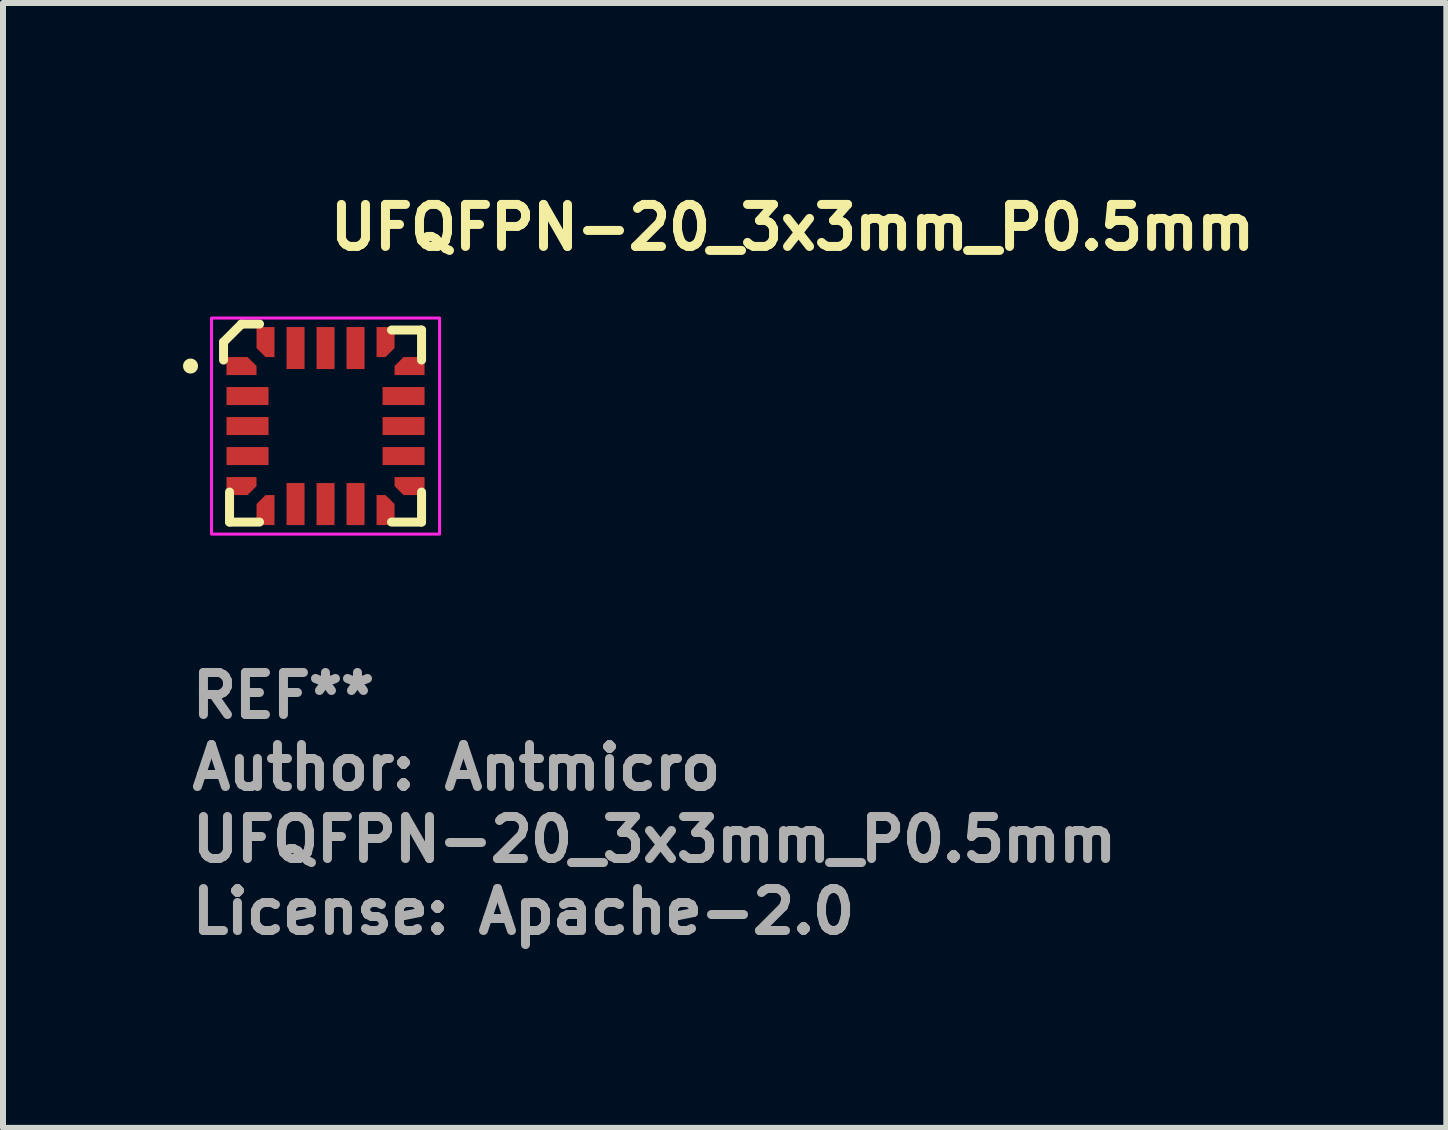
<source format=kicad_pcb>
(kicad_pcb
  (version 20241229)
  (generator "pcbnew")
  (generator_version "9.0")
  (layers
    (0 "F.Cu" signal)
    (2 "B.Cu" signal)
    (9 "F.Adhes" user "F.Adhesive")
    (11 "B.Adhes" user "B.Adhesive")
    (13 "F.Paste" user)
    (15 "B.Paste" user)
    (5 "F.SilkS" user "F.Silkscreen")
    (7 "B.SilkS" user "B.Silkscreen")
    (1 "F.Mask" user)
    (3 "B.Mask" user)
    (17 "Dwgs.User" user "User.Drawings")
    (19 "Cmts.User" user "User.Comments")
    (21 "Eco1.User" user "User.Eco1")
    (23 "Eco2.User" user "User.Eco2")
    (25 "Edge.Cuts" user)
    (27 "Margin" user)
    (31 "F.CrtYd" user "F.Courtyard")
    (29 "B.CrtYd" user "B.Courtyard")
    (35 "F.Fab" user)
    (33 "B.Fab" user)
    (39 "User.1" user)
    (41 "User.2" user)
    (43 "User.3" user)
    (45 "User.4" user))
  (footprint "UFQFPN-20_3x3mm_P0.5mm"
    (layer "F.Cu")
    (at 2.375 4.05)
    (property "Reference" "UFQFPN-20_3x3mm_P0.5mm" (at 0 -2.9 0) (layer "F.SilkS") (effects (font (size 0.7 0.7) (thickness 0.15)) (justify left bottom)))
    (attr smd)
    (fp_line (start -1.7 -1.4) (end -1.4 -1.7) (stroke (width 0.15) (type solid)) (layer "F.SilkS"))
    (fp_line (start -1.7 -1.1) (end -1.7 -1.4) (stroke (width 0.15) (type solid)) (layer "F.SilkS"))
    (fp_line (start -1.6 1.1) (end -1.6 1.6) (stroke (width 0.15) (type solid)) (layer "F.SilkS"))
    (fp_line (start -1.6 1.6) (end -1.1 1.6) (stroke (width 0.15) (type solid)) (layer "F.SilkS"))
    (fp_line (start -1.4 -1.7) (end -1.1 -1.7) (stroke (width 0.15) (type solid)) (layer "F.SilkS"))
    (fp_line (start 1.1 -1.6) (end 1.6 -1.6) (stroke (width 0.15) (type solid)) (layer "F.SilkS"))
    (fp_line (start 1.6 -1.6) (end 1.6 -1.1) (stroke (width 0.15) (type solid)) (layer "F.SilkS"))
    (fp_line (start 1.6 1.1) (end 1.6 1.6) (stroke (width 0.15) (type solid)) (layer "F.SilkS"))
    (fp_line (start 1.6 1.6) (end 1.1 1.6) (stroke (width 0.15) (type solid)) (layer "F.SilkS"))
    (fp_circle (center -2.25 -1) (end -2.2 -1) (stroke (width 0.15) (type solid)) (fill yes) (layer "F.SilkS"))
    (fp_rect (start -1.9 -1.8) (end 1.9 1.8) (stroke (width 0.05) (type solid)) (fill no) (layer "F.CrtYd"))
    (fp_rect (start -1.5 -1.5) (end 1.5 1.5) (stroke (width 0.1) (type solid)) (fill no) (layer "User.5"))
    (fp_line (start -1.5 -1.5) (end -1.5 1.5) (stroke (width 0.02) (type solid)) (layer "User.9"))
    (fp_line (start -1.5 1.5) (end 1.5 1.5) (stroke (width 0.02) (type solid)) (layer "User.9"))
    (fp_line (start 1.5 -1.5) (end -1.5 -1.5) (stroke (width 0.02) (type solid)) (layer "User.9"))
    (fp_line (start 1.5 1.5) (end 1.5 -1.5) (stroke (width 0.02) (type solid)) (layer "User.9"))
    (fp_text user "License: Apache-2.0" (at -2.3 8.5 0) (layer "F.Fab") (effects (font (size 0.7 0.7) (thickness 0.15)) (justify left bottom)))
    (fp_text user "Author: Antmicro" (at -2.3 6.1 0) (layer "F.Fab") (effects (font (size 0.7 0.7) (thickness 0.15)) (justify left bottom)))
    (fp_text user "${REFERENCE}" (at -2.3 7.3 0) (layer "F.Fab") (effects (font (size 0.7 0.7) (thickness 0.15)) (justify left bottom)))
    (fp_text user "REF**" (at -2.3 4.9 0) (layer "F.Fab") (effects (font (size 0.7 0.7) (thickness 0.15)) (justify left bottom)))
    (pad "1" smd roundrect (at -1.4 -1) (size 0.5 0.3) (layers "F.Cu" "F.Mask" "F.Paste") (roundrect_rratio 0) (chamfer_ratio 0.5) (chamfer top_right))
    (pad "2" smd rect (at -1.3 -0.5) (size 0.7 0.3) (layers "F.Cu" "F.Mask" "F.Paste"))
    (pad "3" smd rect (at -1.3 0) (size 0.7 0.3) (layers "F.Cu" "F.Mask" "F.Paste"))
    (pad "4" smd rect (at -1.3 0.5) (size 0.7 0.3) (layers "F.Cu" "F.Mask" "F.Paste"))
    (pad "5" smd roundrect (at -1.4 1) (size 0.5 0.3) (layers "F.Cu" "F.Mask" "F.Paste") (roundrect_rratio 0) (chamfer_ratio 0.5) (chamfer bottom_right))
    (pad "6" smd roundrect (at -1 1.4 90) (size 0.5 0.3) (layers "F.Cu" "F.Mask" "F.Paste") (roundrect_rratio 0) (chamfer_ratio 0.5) (chamfer top_right))
    (pad "7" smd rect (at -0.5 1.3 90) (size 0.7 0.3) (layers "F.Cu" "F.Mask" "F.Paste"))
    (pad "8" smd rect (at 0 1.3 90) (size 0.7 0.3) (layers "F.Cu" "F.Mask" "F.Paste"))
    (pad "9" smd rect (at 0.5 1.3 90) (size 0.7 0.3) (layers "F.Cu" "F.Mask" "F.Paste"))
    (pad "10" smd roundrect (at 1 1.4 90) (size 0.5 0.3) (layers "F.Cu" "F.Mask" "F.Paste") (roundrect_rratio 0) (chamfer_ratio 0.5) (chamfer bottom_right))
    (pad "11" smd roundrect (at 1.4 1 180) (size 0.5 0.3) (layers "F.Cu" "F.Mask" "F.Paste") (roundrect_rratio 0) (chamfer_ratio 0.5) (chamfer top_right))
    (pad "12" smd rect (at 1.3 0.5) (size 0.7 0.3) (layers "F.Cu" "F.Mask" "F.Paste"))
    (pad "13" smd rect (at 1.3 0) (size 0.7 0.3) (layers "F.Cu" "F.Mask" "F.Paste"))
    (pad "14" smd rect (at 1.3 -0.5) (size 0.7 0.3) (layers "F.Cu" "F.Mask" "F.Paste"))
    (pad "15" smd roundrect (at 1.4 -1 180) (size 0.5 0.3) (layers "F.Cu" "F.Mask" "F.Paste") (roundrect_rratio 0) (chamfer_ratio 0.5) (chamfer bottom_right))
    (pad "16" smd roundrect (at 1 -1.4 270) (size 0.5 0.3) (layers "F.Cu" "F.Mask" "F.Paste") (roundrect_rratio 0) (chamfer_ratio 0.5) (chamfer top_right))
    (pad "17" smd rect (at 0.5 -1.3 90) (size 0.7 0.3) (layers "F.Cu" "F.Mask" "F.Paste"))
    (pad "18" smd rect (at 0 -1.3 90) (size 0.7 0.3) (layers "F.Cu" "F.Mask" "F.Paste"))
    (pad "19" smd rect (at -0.5 -1.3 90) (size 0.7 0.3) (layers "F.Cu" "F.Mask" "F.Paste"))
    (pad "20" smd roundrect (at -1 -1.4 270) (size 0.5 0.3) (layers "F.Cu" "F.Mask" "F.Paste") (roundrect_rratio 0) (chamfer_ratio 0.5) (chamfer bottom_right)))
  (gr_rect
    (start -3 -3)
    (end 21.052 15.745)
    (stroke (width 0.1) (type default))
    (fill no)
    (layer "Edge.Cuts")))
</source>
